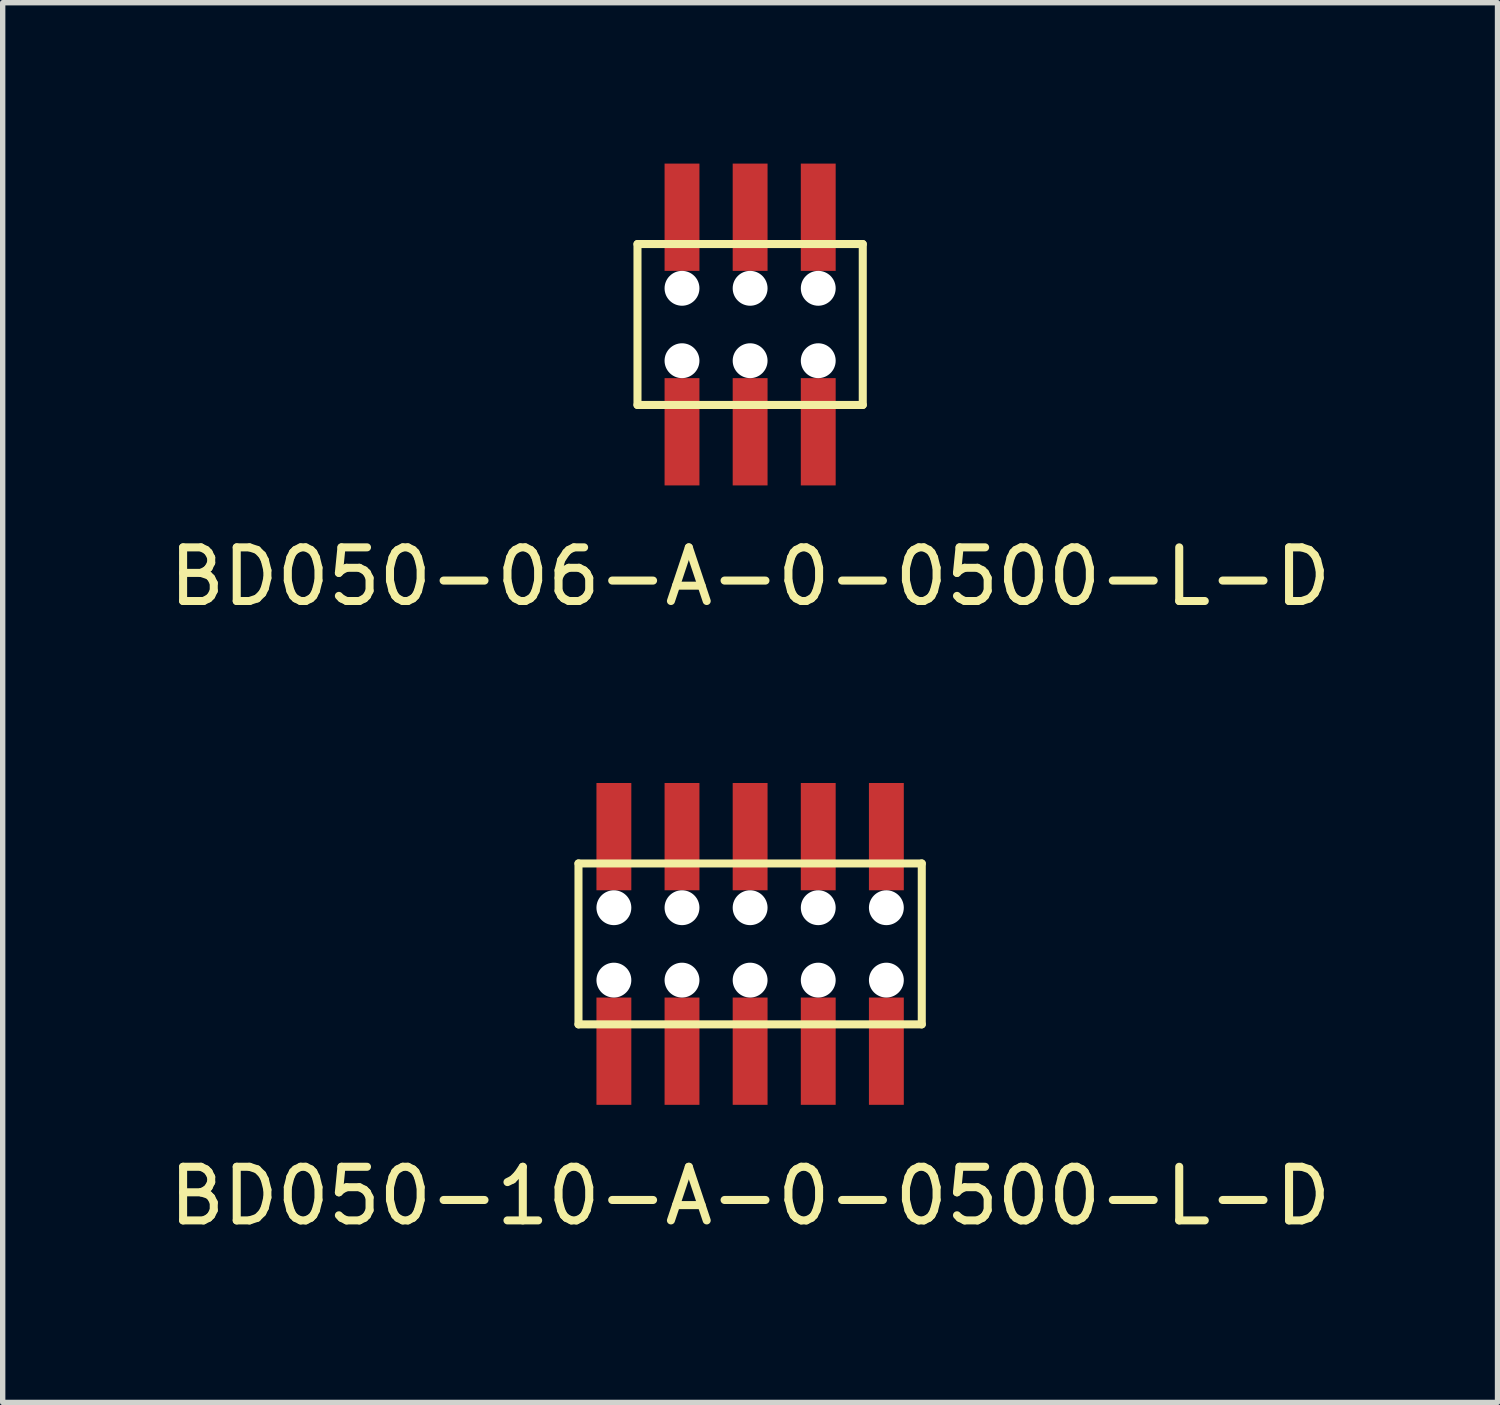
<source format=kicad_pcb>
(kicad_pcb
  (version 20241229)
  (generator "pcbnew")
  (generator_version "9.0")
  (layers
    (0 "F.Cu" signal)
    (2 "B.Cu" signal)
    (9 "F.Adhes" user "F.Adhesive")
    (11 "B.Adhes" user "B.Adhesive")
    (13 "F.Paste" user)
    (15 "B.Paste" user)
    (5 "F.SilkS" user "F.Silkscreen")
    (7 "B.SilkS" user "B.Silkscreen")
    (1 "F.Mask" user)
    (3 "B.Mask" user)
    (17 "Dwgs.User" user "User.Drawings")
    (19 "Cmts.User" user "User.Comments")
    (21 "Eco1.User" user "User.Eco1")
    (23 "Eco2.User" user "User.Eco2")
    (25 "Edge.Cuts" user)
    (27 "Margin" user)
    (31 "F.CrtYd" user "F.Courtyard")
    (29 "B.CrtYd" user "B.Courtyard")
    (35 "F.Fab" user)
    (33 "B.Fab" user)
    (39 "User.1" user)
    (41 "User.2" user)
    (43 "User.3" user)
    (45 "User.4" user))
  (footprint "BD050-06-A-0-0500-L-D"
    (layer "F.Cu")
    (at 10.935 3)
    (property "Reference" "BD050-06-A-0-0500-L-D" (at 0 4.7 0) (layer "F.SilkS") (effects (font (size 1 1) (thickness 0.15))))
    (attr through_hole)
    (fp_line (start -2.1 -1.5) (end 2.1 -1.5) (stroke (width 0.15) (type solid)) (layer "F.SilkS"))
    (fp_line (start -2.1 1.5) (end -2.1 -1.5) (stroke (width 0.15) (type solid)) (layer "F.SilkS"))
    (fp_line (start 2.1 -1.5) (end 2.1 1.5) (stroke (width 0.15) (type solid)) (layer "F.SilkS"))
    (fp_line (start 2.1 1.5) (end -2.1 1.5) (stroke (width 0.15) (type solid)) (layer "F.SilkS"))
    (pad "" np_thru_hole circle (at -1.27 -0.675) (size 0.65 0.65) (drill 0.65) (layers "*.Cu" "*.Mask"))
    (pad "" np_thru_hole circle (at -1.27 0.675) (size 0.65 0.65) (drill 0.65) (layers "*.Cu" "*.Mask"))
    (pad "" np_thru_hole circle (at 0 -0.675) (size 0.65 0.65) (drill 0.65) (layers "*.Cu" "*.Mask"))
    (pad "" np_thru_hole circle (at 0 0.675) (size 0.65 0.65) (drill 0.65) (layers "*.Cu" "*.Mask"))
    (pad "" np_thru_hole circle (at 1.27 -0.675) (size 0.65 0.65) (drill 0.65) (layers "*.Cu" "*.Mask"))
    (pad "" np_thru_hole circle (at 1.27 0.675) (size 0.65 0.65) (drill 0.65) (layers "*.Cu" "*.Mask"))
    (pad "1" smd rect (at -1.27 -2) (size 0.65 2) (layers "F.Cu" "F.Mask" "F.Paste"))
    (pad "2" smd rect (at -1.27 2) (size 0.65 2) (layers "F.Cu" "F.Mask" "F.Paste"))
    (pad "3" smd rect (at 0 -2) (size 0.65 2) (layers "F.Cu" "F.Mask" "F.Paste"))
    (pad "4" smd rect (at 0 2) (size 0.65 2) (layers "F.Cu" "F.Mask" "F.Paste"))
    (pad "5" smd rect (at 1.27 -2) (size 0.65 2) (layers "F.Cu" "F.Mask" "F.Paste"))
    (pad "6" smd rect (at 1.27 2) (size 0.65 2) (layers "F.Cu" "F.Mask" "F.Paste")))
  (footprint "BD050-10-A-0-0500-L-D"
    (layer "F.Cu")
    (at 10.935 14.548)
    (property "Reference" "BD050-10-A-0-0500-L-D" (at 0 4.7 0) (layer "F.SilkS") (effects (font (size 1 1) (thickness 0.15))))
    (attr through_hole)
    (fp_line (start -3.2 -1.5) (end 3.2 -1.5) (stroke (width 0.15) (type solid)) (layer "F.SilkS"))
    (fp_line (start -3.2 1.5) (end -3.2 -1.5) (stroke (width 0.15) (type solid)) (layer "F.SilkS"))
    (fp_line (start 3.2 -1.5) (end 3.2 1.5) (stroke (width 0.15) (type solid)) (layer "F.SilkS"))
    (fp_line (start 3.2 1.5) (end -3.2 1.5) (stroke (width 0.15) (type solid)) (layer "F.SilkS"))
    (pad "" np_thru_hole circle (at -2.54 -0.675) (size 0.65 0.65) (drill 0.65) (layers "*.Cu" "*.Mask"))
    (pad "" np_thru_hole circle (at -2.54 0.675) (size 0.65 0.65) (drill 0.65) (layers "*.Cu" "*.Mask"))
    (pad "" np_thru_hole circle (at -1.27 -0.675) (size 0.65 0.65) (drill 0.65) (layers "*.Cu" "*.Mask"))
    (pad "" np_thru_hole circle (at -1.27 0.675) (size 0.65 0.65) (drill 0.65) (layers "*.Cu" "*.Mask"))
    (pad "" np_thru_hole circle (at 0 -0.675) (size 0.65 0.65) (drill 0.65) (layers "*.Cu" "*.Mask"))
    (pad "" np_thru_hole circle (at 0 0.675) (size 0.65 0.65) (drill 0.65) (layers "*.Cu" "*.Mask"))
    (pad "" np_thru_hole circle (at 1.27 -0.675) (size 0.65 0.65) (drill 0.65) (layers "*.Cu" "*.Mask"))
    (pad "" np_thru_hole circle (at 1.27 0.675) (size 0.65 0.65) (drill 0.65) (layers "*.Cu" "*.Mask"))
    (pad "" np_thru_hole circle (at 2.54 -0.675) (size 0.65 0.65) (drill 0.65) (layers "*.Cu" "*.Mask"))
    (pad "" np_thru_hole circle (at 2.54 0.675) (size 0.65 0.65) (drill 0.65) (layers "*.Cu" "*.Mask"))
    (pad "1" smd rect (at -2.54 -2) (size 0.65 2) (layers "F.Cu" "F.Mask" "F.Paste"))
    (pad "2" smd rect (at -2.54 2) (size 0.65 2) (layers "F.Cu" "F.Mask" "F.Paste"))
    (pad "3" smd rect (at -1.27 -2) (size 0.65 2) (layers "F.Cu" "F.Mask" "F.Paste"))
    (pad "4" smd rect (at -1.27 2) (size 0.65 2) (layers "F.Cu" "F.Mask" "F.Paste"))
    (pad "5" smd rect (at 0 -2) (size 0.65 2) (layers "F.Cu" "F.Mask" "F.Paste"))
    (pad "6" smd rect (at 0 2) (size 0.65 2) (layers "F.Cu" "F.Mask" "F.Paste"))
    (pad "7" smd rect (at 1.27 -2) (size 0.65 2) (layers "F.Cu" "F.Mask" "F.Paste"))
    (pad "8" smd rect (at 1.27 2) (size 0.65 2) (layers "F.Cu" "F.Mask" "F.Paste"))
    (pad "9" smd rect (at 2.54 -2) (size 0.65 2) (layers "F.Cu" "F.Mask" "F.Paste"))
    (pad "10" smd rect (at 2.54 2) (size 0.65 2) (layers "F.Cu" "F.Mask" "F.Paste")))
  (gr_rect
    (start -3 -3)
    (end 24.869 23.096)
    (stroke (width 0.1) (type default))
    (fill no)
    (layer "Edge.Cuts")))
</source>
